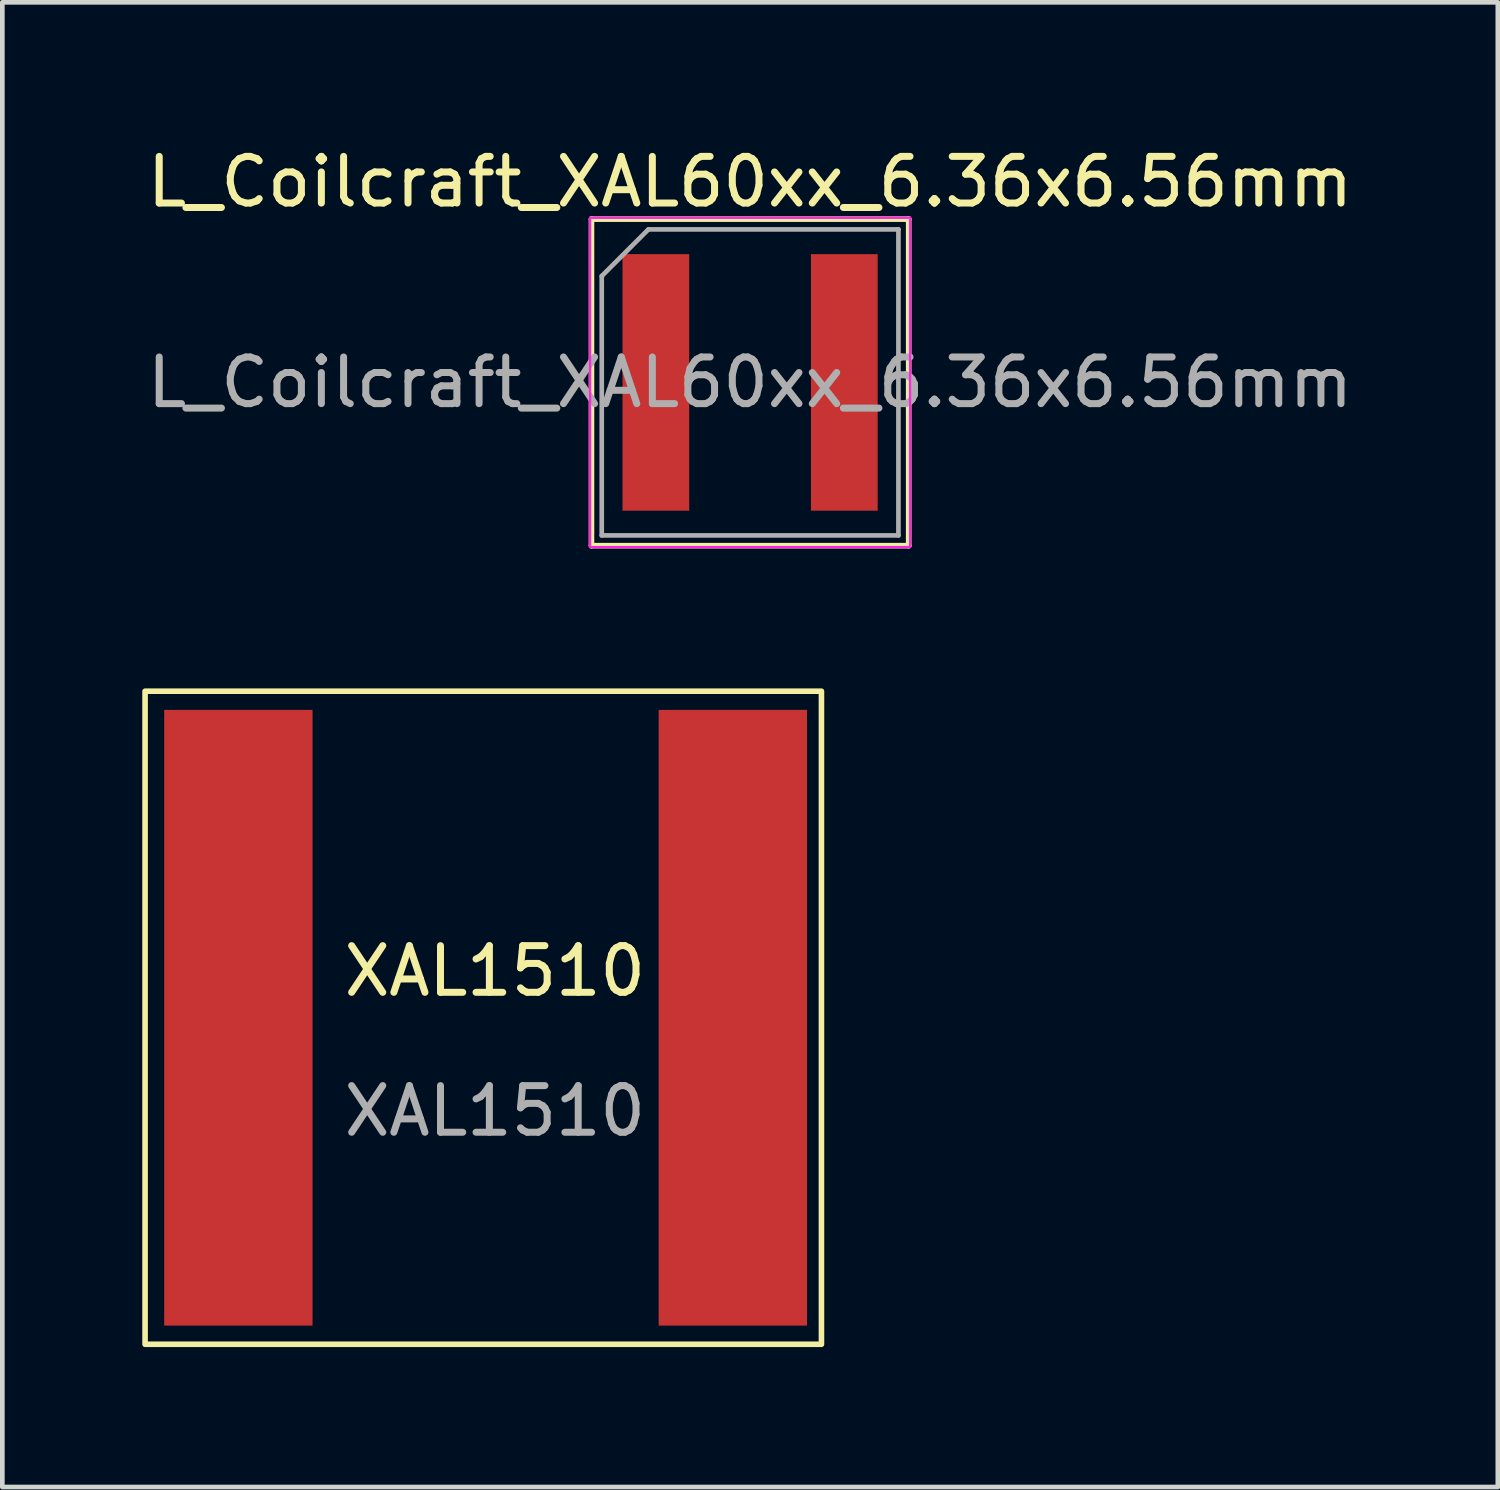
<source format=kicad_pcb>
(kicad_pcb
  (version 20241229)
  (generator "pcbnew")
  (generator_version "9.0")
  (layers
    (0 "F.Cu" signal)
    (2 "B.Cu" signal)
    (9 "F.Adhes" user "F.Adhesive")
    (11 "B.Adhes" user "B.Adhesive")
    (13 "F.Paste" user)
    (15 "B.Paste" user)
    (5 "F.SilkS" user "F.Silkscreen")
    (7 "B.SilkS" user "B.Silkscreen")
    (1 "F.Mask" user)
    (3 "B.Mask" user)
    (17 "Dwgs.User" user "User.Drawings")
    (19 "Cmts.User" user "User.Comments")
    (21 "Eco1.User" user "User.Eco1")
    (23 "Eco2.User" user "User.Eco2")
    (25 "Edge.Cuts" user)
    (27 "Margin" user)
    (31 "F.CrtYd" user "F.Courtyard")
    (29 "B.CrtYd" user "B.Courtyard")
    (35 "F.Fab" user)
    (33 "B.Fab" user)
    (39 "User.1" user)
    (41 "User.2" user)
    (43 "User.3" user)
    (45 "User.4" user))
  (footprint "XAL1510"
    (layer "F.Cu")
    (at 2.06 20.268)
    (property "Reference" "XAL1510" (at 5.5 -2.5 0) (unlocked yes) (layer "F.SilkS") (effects (font (size 1 1) (thickness 0.15))))
    (fp_rect (start -2 -8.5) (end 12.5 5.5) (stroke (width 0.12) (type solid)) (fill no) (layer "F.SilkS"))
    (fp_text user "${REFERENCE}" (at 5.5 0.5 0) (unlocked yes) (layer "F.Fab") (effects (font (size 1 1) (thickness 0.15))))
    (pad "1" smd rect (at 0 -1.5) (size 3.18 13.2) (layers "F.Cu" "F.Mask" "F.Paste"))
    (pad "2" smd rect (at 10.6 -1.5) (size 3.18 13.2) (layers "F.Cu" "F.Mask" "F.Paste")))
  (footprint "L_Coilcraft_XAL60xx_6.36x6.56mm"
    (layer "F.Cu")
    (at 13.03 5.148)
    (property "Reference" "L_Coilcraft_XAL60xx_6.36x6.56mm" (at 0 -4.3 0) (layer "F.SilkS") (effects (font (size 1 1) (thickness 0.15))))
    (attr smd)
    (fp_line (start -3.4 -3.5) (end -3.4 3.5) (stroke (width 0.12) (type solid)) (layer "F.SilkS"))
    (fp_line (start -3.4 -3.5) (end 3.4 -3.5) (stroke (width 0.12) (type solid)) (layer "F.SilkS"))
    (fp_line (start -3.4 3.5) (end 3.4 3.5) (stroke (width 0.12) (type solid)) (layer "F.SilkS"))
    (fp_line (start 3.4 -3.5) (end 3.4 3.5) (stroke (width 0.12) (type solid)) (layer "F.SilkS"))
    (fp_line (start -3.43 -3.53) (end -3.43 3.53) (stroke (width 0.05) (type solid)) (layer "F.CrtYd"))
    (fp_line (start -3.43 -3.53) (end 3.43 -3.53) (stroke (width 0.05) (type solid)) (layer "F.CrtYd"))
    (fp_line (start -3.43 3.53) (end 3.43 3.53) (stroke (width 0.05) (type solid)) (layer "F.CrtYd"))
    (fp_line (start 3.43 -3.53) (end 3.43 3.53) (stroke (width 0.05) (type solid)) (layer "F.CrtYd"))
    (fp_line (start -3.18 -2.28) (end -3.18 3.28) (stroke (width 0.1) (type solid)) (layer "F.Fab"))
    (fp_line (start -3.18 -2.28) (end -2.18 -3.28) (stroke (width 0.1) (type solid)) (layer "F.Fab"))
    (fp_line (start -3.18 3.28) (end 3.18 3.28) (stroke (width 0.1) (type solid)) (layer "F.Fab"))
    (fp_line (start -2.18 -3.28) (end 3.18 -3.28) (stroke (width 0.1) (type solid)) (layer "F.Fab"))
    (fp_line (start 3.18 -3.28) (end 3.18 3.28) (stroke (width 0.1) (type solid)) (layer "F.Fab"))
    (fp_text user "${REFERENCE}" (at 0 0 0) (layer "F.Fab") (effects (font (size 1 1) (thickness 0.15))))
    (pad "1" smd rect (at -2.02 0) (size 1.43 5.5) (layers "F.Cu" "F.Mask" "F.Paste"))
    (pad "2" smd rect (at 2.02 0) (size 1.43 5.5) (layers "F.Cu" "F.Mask" "F.Paste")))
  (gr_rect
    (start -3 -3)
    (end 29.06 28.828)
    (stroke (width 0.1) (type default))
    (fill no)
    (layer "Edge.Cuts")))
</source>
